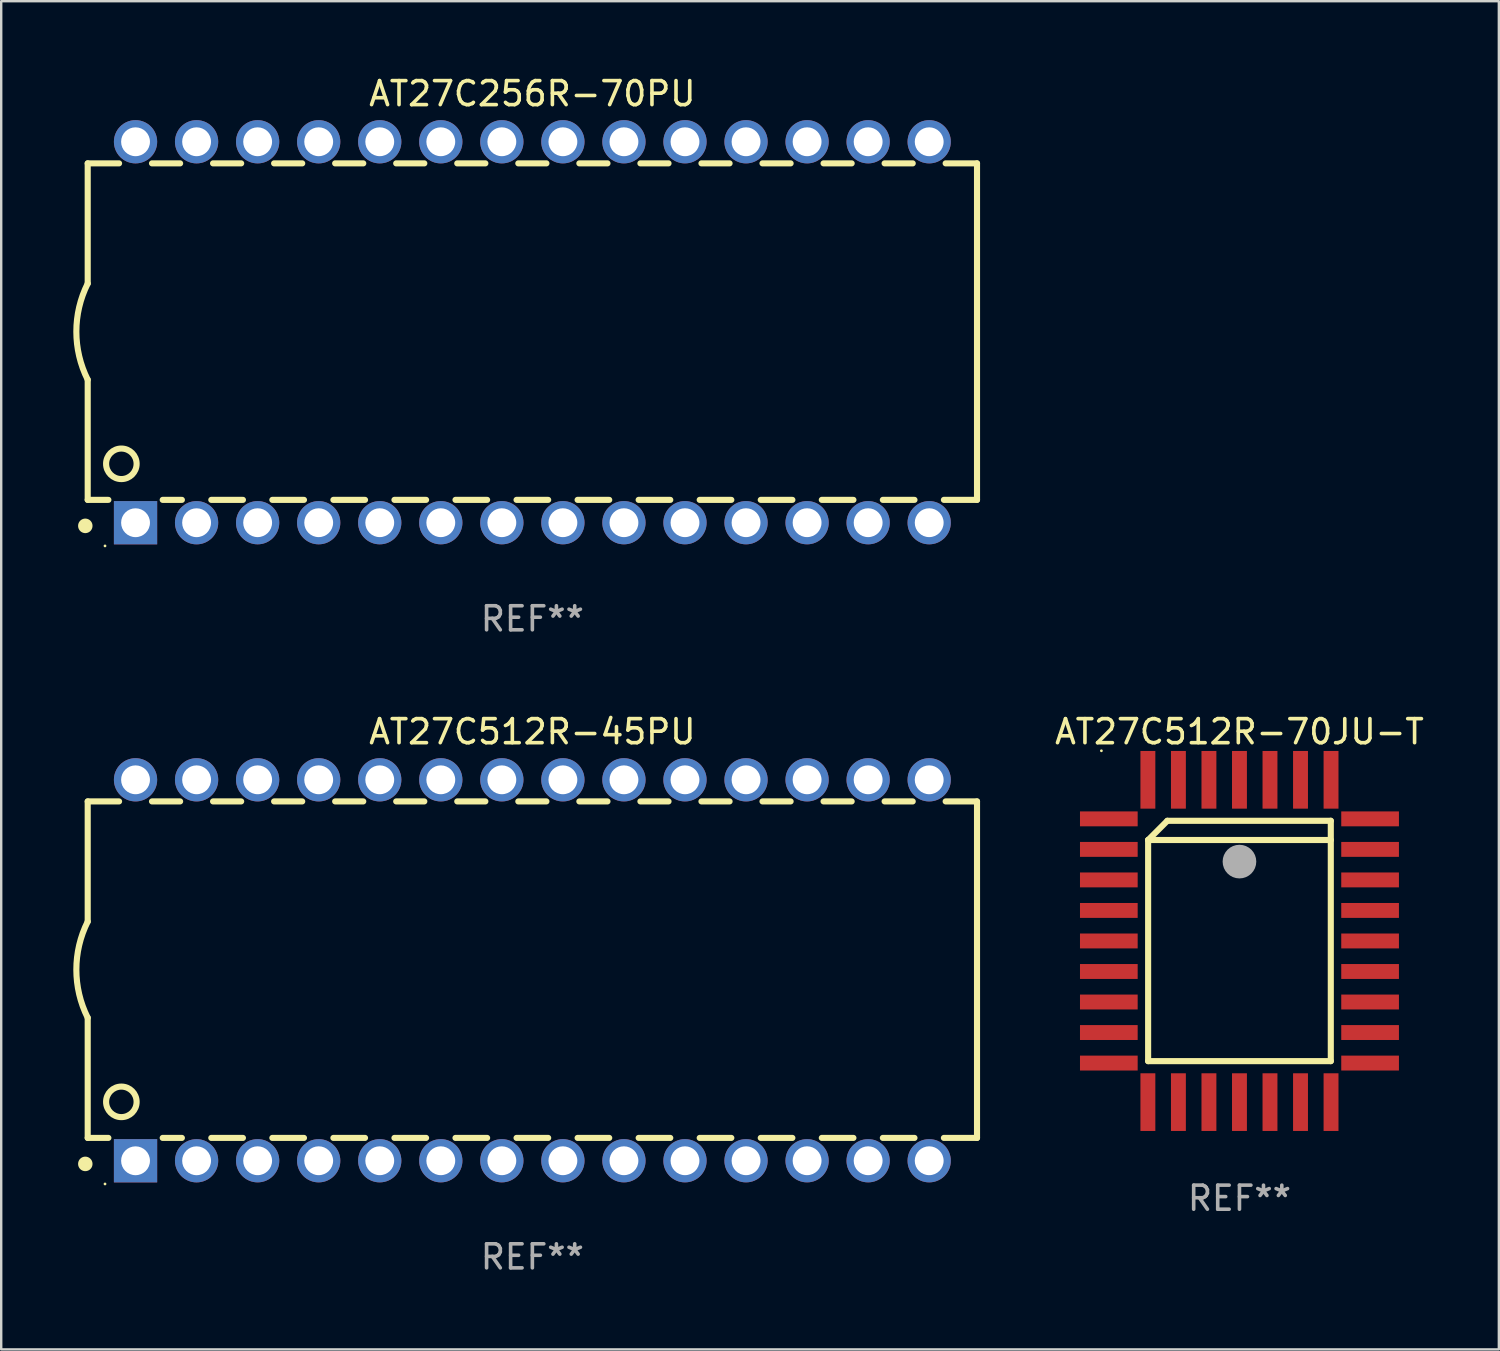
<source format=kicad_pcb>
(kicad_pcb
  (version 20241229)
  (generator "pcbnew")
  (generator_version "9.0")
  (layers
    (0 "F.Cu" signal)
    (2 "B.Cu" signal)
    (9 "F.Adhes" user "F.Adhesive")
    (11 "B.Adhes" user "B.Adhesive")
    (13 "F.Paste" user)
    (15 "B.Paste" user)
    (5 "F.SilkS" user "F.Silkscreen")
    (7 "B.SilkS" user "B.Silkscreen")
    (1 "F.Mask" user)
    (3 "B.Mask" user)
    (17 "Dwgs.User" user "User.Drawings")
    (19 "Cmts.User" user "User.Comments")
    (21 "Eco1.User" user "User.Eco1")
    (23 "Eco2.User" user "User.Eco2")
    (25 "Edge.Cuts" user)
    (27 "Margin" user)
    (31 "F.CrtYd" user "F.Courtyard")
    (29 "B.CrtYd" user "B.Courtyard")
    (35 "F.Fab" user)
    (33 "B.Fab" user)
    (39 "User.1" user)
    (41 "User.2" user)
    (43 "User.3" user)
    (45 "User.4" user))
  (footprint "AT27C256R-70PU"
    (layer "F.Cu")
    (at 19.099 10.773)
    (property "Reference" "AT27C256R-70PU" (at 0 -9.925 0) (layer "F.SilkS") (effects (font (size 1 1) (thickness 0.15))))
    (attr through_hole)
    (fp_line (start -18.5 -7.026) (end -18.5 -2.026) (stroke (width 0.254) (type solid)) (layer "F.SilkS"))
    (fp_line (start -18.5 1.974) (end -18.5 6.974) (stroke (width 0.254) (type solid)) (layer "F.SilkS"))
    (fp_line (start -17.64 6.974) (end -18.5 6.974) (stroke (width 0.254) (type solid)) (layer "F.SilkS"))
    (fp_line (start -17.195 -7.026) (end -18.5 -7.026) (stroke (width 0.254) (type solid)) (layer "F.SilkS"))
    (fp_line (start -14.655 -7.026) (end -15.825 -7.026) (stroke (width 0.254) (type solid)) (layer "F.SilkS"))
    (fp_line (start -14.582 6.974) (end -15.38 6.974) (stroke (width 0.254) (type solid)) (layer "F.SilkS"))
    (fp_line (start -12.115 -7.026) (end -13.285 -7.026) (stroke (width 0.254) (type solid)) (layer "F.SilkS"))
    (fp_line (start -12.042 6.974) (end -13.358 6.974) (stroke (width 0.254) (type solid)) (layer "F.SilkS"))
    (fp_line (start -9.575 -7.026) (end -10.745 -7.026) (stroke (width 0.254) (type solid)) (layer "F.SilkS"))
    (fp_line (start -9.502 6.974) (end -10.818 6.974) (stroke (width 0.254) (type solid)) (layer "F.SilkS"))
    (fp_line (start -7.035 -7.026) (end -8.205 -7.026) (stroke (width 0.254) (type solid)) (layer "F.SilkS"))
    (fp_line (start -6.962 6.974) (end -8.278 6.974) (stroke (width 0.254) (type solid)) (layer "F.SilkS"))
    (fp_line (start -4.495 -7.026) (end -5.665 -7.026) (stroke (width 0.254) (type solid)) (layer "F.SilkS"))
    (fp_line (start -4.422 6.974) (end -5.738 6.974) (stroke (width 0.254) (type solid)) (layer "F.SilkS"))
    (fp_line (start -1.955 -7.026) (end -3.125 -7.026) (stroke (width 0.254) (type solid)) (layer "F.SilkS"))
    (fp_line (start -1.882 6.974) (end -3.198 6.974) (stroke (width 0.254) (type solid)) (layer "F.SilkS"))
    (fp_line (start 0.585 -7.026) (end -0.585 -7.026) (stroke (width 0.254) (type solid)) (layer "F.SilkS"))
    (fp_line (start 0.658 6.974) (end -0.658 6.974) (stroke (width 0.254) (type solid)) (layer "F.SilkS"))
    (fp_line (start 3.125 -7.026) (end 1.955 -7.026) (stroke (width 0.254) (type solid)) (layer "F.SilkS"))
    (fp_line (start 3.198 6.974) (end 1.882 6.974) (stroke (width 0.254) (type solid)) (layer "F.SilkS"))
    (fp_line (start 5.665 -7.026) (end 4.495 -7.026) (stroke (width 0.254) (type solid)) (layer "F.SilkS"))
    (fp_line (start 5.738 6.974) (end 4.422 6.974) (stroke (width 0.254) (type solid)) (layer "F.SilkS"))
    (fp_line (start 8.205 -7.026) (end 7.035 -7.026) (stroke (width 0.254) (type solid)) (layer "F.SilkS"))
    (fp_line (start 8.278 6.974) (end 6.962 6.974) (stroke (width 0.254) (type solid)) (layer "F.SilkS"))
    (fp_line (start 10.745 -7.026) (end 9.575 -7.026) (stroke (width 0.254) (type solid)) (layer "F.SilkS"))
    (fp_line (start 10.818 6.974) (end 9.502 6.974) (stroke (width 0.254) (type solid)) (layer "F.SilkS"))
    (fp_line (start 13.285 -7.026) (end 12.115 -7.026) (stroke (width 0.254) (type solid)) (layer "F.SilkS"))
    (fp_line (start 13.358 6.974) (end 12.042 6.974) (stroke (width 0.254) (type solid)) (layer "F.SilkS"))
    (fp_line (start 15.825 -7.026) (end 14.655 -7.026) (stroke (width 0.254) (type solid)) (layer "F.SilkS"))
    (fp_line (start 15.898 6.974) (end 14.582 6.974) (stroke (width 0.254) (type solid)) (layer "F.SilkS"))
    (fp_line (start 18.5 -7.026) (end 17.195 -7.026) (stroke (width 0.254) (type solid)) (layer "F.SilkS"))
    (fp_line (start 18.5 6.974) (end 17.122 6.974) (stroke (width 0.254) (type solid)) (layer "F.SilkS"))
    (fp_line (start 18.5 6.974) (end 18.5 -7.026) (stroke (width 0.254) (type solid)) (layer "F.SilkS"))
    (fp_arc (start -18.599924 8.057734) (mid -18.599935 8.055207) (end -18.599924 8.052679) (stroke (width 0.6) (type solid)) (layer "F.SilkS"))
    (fp_arc (start -18.500051 1.974346) (mid -18.972187 -0.025654) (end -18.500051 -2.025654) (stroke (width 0.254001) (type solid)) (layer "F.SilkS"))
    (fp_circle (center -17.78 8.89) (end -17.75 8.89) (stroke (width 0.06) (type solid)) (fill no) (layer "F.SilkS"))
    (fp_circle (center -17.1 5.474) (end -16.465 5.474) (stroke (width 0.254) (type solid)) (fill no) (layer "F.SilkS"))
    (fp_text user "REF**" (at 0 11.925 0) (layer "F.Fab") (effects (font (size 1 1) (thickness 0.15))))
    (pad "1" thru_hole rect (at -16.51 7.925) (size 1.8 1.8) (drill 1.2) (layers "*.Cu" "*.Mask"))
    (pad "2" thru_hole circle (at -13.97 7.925) (size 1.8 1.8) (drill 1.2) (layers "*.Cu" "*.Mask"))
    (pad "3" thru_hole circle (at -11.43 7.924) (size 1.8 1.8) (drill 1.2) (layers "*.Cu" "*.Mask"))
    (pad "4" thru_hole circle (at -8.89 7.924) (size 1.8 1.8) (drill 1.2) (layers "*.Cu" "*.Mask"))
    (pad "5" thru_hole circle (at -6.35 7.924) (size 1.8 1.8) (drill 1.2) (layers "*.Cu" "*.Mask"))
    (pad "6" thru_hole circle (at -3.81 7.924) (size 1.8 1.8) (drill 1.2) (layers "*.Cu" "*.Mask"))
    (pad "7" thru_hole circle (at -1.27 7.924) (size 1.8 1.8) (drill 1.2) (layers "*.Cu" "*.Mask"))
    (pad "8" thru_hole circle (at 1.27 7.924) (size 1.8 1.8) (drill 1.2) (layers "*.Cu" "*.Mask"))
    (pad "9" thru_hole circle (at 3.81 7.924) (size 1.8 1.8) (drill 1.2) (layers "*.Cu" "*.Mask"))
    (pad "10" thru_hole circle (at 6.35 7.924) (size 1.8 1.8) (drill 1.2) (layers "*.Cu" "*.Mask"))
    (pad "11" thru_hole circle (at 8.89 7.924) (size 1.8 1.8) (drill 1.2) (layers "*.Cu" "*.Mask"))
    (pad "12" thru_hole circle (at 11.43 7.924) (size 1.8 1.8) (drill 1.2) (layers "*.Cu" "*.Mask"))
    (pad "13" thru_hole circle (at 13.97 7.924) (size 1.8 1.8) (drill 1.2) (layers "*.Cu" "*.Mask"))
    (pad "14" thru_hole circle (at 16.51 7.924) (size 1.8 1.8) (drill 1.2) (layers "*.Cu" "*.Mask"))
    (pad "15" thru_hole circle (at 16.51 -7.925) (size 1.8 1.8) (drill 1.2) (layers "*.Cu" "*.Mask"))
    (pad "16" thru_hole circle (at 13.97 -7.925) (size 1.8 1.8) (drill 1.2) (layers "*.Cu" "*.Mask"))
    (pad "17" thru_hole circle (at 11.43 -7.925) (size 1.8 1.8) (drill 1.2) (layers "*.Cu" "*.Mask"))
    (pad "18" thru_hole circle (at 8.89 -7.925) (size 1.8 1.8) (drill 1.2) (layers "*.Cu" "*.Mask"))
    (pad "19" thru_hole circle (at 6.35 -7.925) (size 1.8 1.8) (drill 1.2) (layers "*.Cu" "*.Mask"))
    (pad "20" thru_hole circle (at 3.81 -7.925) (size 1.8 1.8) (drill 1.2) (layers "*.Cu" "*.Mask"))
    (pad "21" thru_hole circle (at 1.27 -7.925) (size 1.8 1.8) (drill 1.2) (layers "*.Cu" "*.Mask"))
    (pad "22" thru_hole circle (at -1.27 -7.925) (size 1.8 1.8) (drill 1.2) (layers "*.Cu" "*.Mask"))
    (pad "23" thru_hole circle (at -3.81 -7.925) (size 1.8 1.8) (drill 1.2) (layers "*.Cu" "*.Mask"))
    (pad "24" thru_hole circle (at -6.35 -7.925) (size 1.8 1.8) (drill 1.2) (layers "*.Cu" "*.Mask"))
    (pad "25" thru_hole circle (at -8.89 -7.925) (size 1.8 1.8) (drill 1.2) (layers "*.Cu" "*.Mask"))
    (pad "26" thru_hole circle (at -11.43 -7.925) (size 1.8 1.8) (drill 1.2) (layers "*.Cu" "*.Mask"))
    (pad "27" thru_hole circle (at -13.97 -7.925) (size 1.8 1.8) (drill 1.2) (layers "*.Cu" "*.Mask"))
    (pad "28" thru_hole circle (at -16.51 -7.925) (size 1.8 1.8) (drill 1.2) (layers "*.Cu" "*.Mask")))
  (footprint "AT27C512R-70JU-T"
    (layer "F.Cu")
    (at 48.518 36.099)
    (property "Reference" "AT27C512R-70JU-T" (at 0 -8.705 0) (layer "F.SilkS") (effects (font (size 1 1) (thickness 0.15))))
    (attr through_hole)
    (fp_line (start -3.8 -4.2) (end -3 -5) (stroke (width 0.254) (type solid)) (layer "F.SilkS"))
    (fp_line (start -3.8 -4.2) (end 3.8 -4.2) (stroke (width 0.254) (type solid)) (layer "F.SilkS"))
    (fp_line (start -3.8 5) (end -3.8 -4.2) (stroke (width 0.254) (type solid)) (layer "F.SilkS"))
    (fp_line (start -3 -5) (end 3.8 -5) (stroke (width 0.254) (type solid)) (layer "F.SilkS"))
    (fp_line (start 3.8 -5) (end 3.8 5) (stroke (width 0.254) (type solid)) (layer "F.SilkS"))
    (fp_line (start 3.8 5) (end -3.8 5) (stroke (width 0.254) (type solid)) (layer "F.SilkS"))
    (fp_arc (start 0.299721 -3.294387) (mid 0.29971 -3.296927) (end 0.299721 -3.299467) (stroke (width 0.6) (type solid)) (layer "F.SilkS"))
    (fp_circle (center -5.744 -7.913) (end -5.714 -7.913) (stroke (width 0.06) (type solid)) (fill no) (layer "F.SilkS"))
    (fp_circle (center 0 -3.302) (end 0.35 -3.302) (stroke (width 0.7) (type solid)) (fill no) (layer "F.Fab"))
    (fp_text user "REF**" (at 0 10.705 0) (layer "F.Fab") (effects (font (size 1 1) (thickness 0.15))))
    (pad "1" smd rect (at 0 -6.705 180) (size 0.62 2.4) (layers "F.Cu" "F.Mask" "F.Paste"))
    (pad "2" smd rect (at -1.27 -6.705 180) (size 0.62 2.4) (layers "F.Cu" "F.Mask" "F.Paste"))
    (pad "3" smd rect (at -2.54 -6.705 180) (size 0.62 2.4) (layers "F.Cu" "F.Mask" "F.Paste"))
    (pad "4" smd rect (at -3.81 -6.705 180) (size 0.62 2.4) (layers "F.Cu" "F.Mask" "F.Paste"))
    (pad "5" smd rect (at -5.435 -5.08 270) (size 0.62 2.4) (layers "F.Cu" "F.Mask" "F.Paste"))
    (pad "6" smd rect (at -5.435 -3.81 270) (size 0.62 2.4) (layers "F.Cu" "F.Mask" "F.Paste"))
    (pad "7" smd rect (at -5.435 -2.54 270) (size 0.62 2.4) (layers "F.Cu" "F.Mask" "F.Paste"))
    (pad "8" smd rect (at -5.435 -1.27 270) (size 0.62 2.4) (layers "F.Cu" "F.Mask" "F.Paste"))
    (pad "9" smd rect (at -5.435 0 270) (size 0.62 2.4) (layers "F.Cu" "F.Mask" "F.Paste"))
    (pad "10" smd rect (at -5.435 1.27 270) (size 0.62 2.4) (layers "F.Cu" "F.Mask" "F.Paste"))
    (pad "11" smd rect (at -5.435 2.54 270) (size 0.62 2.4) (layers "F.Cu" "F.Mask" "F.Paste"))
    (pad "12" smd rect (at -5.435 3.81 270) (size 0.62 2.4) (layers "F.Cu" "F.Mask" "F.Paste"))
    (pad "13" smd rect (at -5.435 5.08 270) (size 0.62 2.4) (layers "F.Cu" "F.Mask" "F.Paste"))
    (pad "14" smd rect (at -3.81 6.705) (size 0.62 2.4) (layers "F.Cu" "F.Mask" "F.Paste"))
    (pad "15" smd rect (at -2.54 6.705) (size 0.62 2.4) (layers "F.Cu" "F.Mask" "F.Paste"))
    (pad "16" smd rect (at -1.27 6.705) (size 0.62 2.4) (layers "F.Cu" "F.Mask" "F.Paste"))
    (pad "17" smd rect (at 0 6.705) (size 0.62 2.4) (layers "F.Cu" "F.Mask" "F.Paste"))
    (pad "18" smd rect (at 1.27 6.705) (size 0.62 2.4) (layers "F.Cu" "F.Mask" "F.Paste"))
    (pad "19" smd rect (at 2.54 6.705) (size 0.62 2.4) (layers "F.Cu" "F.Mask" "F.Paste"))
    (pad "20" smd rect (at 3.81 6.705) (size 0.62 2.4) (layers "F.Cu" "F.Mask" "F.Paste"))
    (pad "21" smd rect (at 5.435 5.08 90) (size 0.62 2.4) (layers "F.Cu" "F.Mask" "F.Paste"))
    (pad "22" smd rect (at 5.435 3.81 90) (size 0.62 2.4) (layers "F.Cu" "F.Mask" "F.Paste"))
    (pad "23" smd rect (at 5.435 2.54 90) (size 0.62 2.4) (layers "F.Cu" "F.Mask" "F.Paste"))
    (pad "24" smd rect (at 5.435 1.27 90) (size 0.62 2.4) (layers "F.Cu" "F.Mask" "F.Paste"))
    (pad "25" smd rect (at 5.435 0 90) (size 0.62 2.4) (layers "F.Cu" "F.Mask" "F.Paste"))
    (pad "26" smd rect (at 5.435 -1.27 90) (size 0.62 2.4) (layers "F.Cu" "F.Mask" "F.Paste"))
    (pad "27" smd rect (at 5.435 -2.54 90) (size 0.62 2.4) (layers "F.Cu" "F.Mask" "F.Paste"))
    (pad "28" smd rect (at 5.435 -3.81 90) (size 0.62 2.4) (layers "F.Cu" "F.Mask" "F.Paste"))
    (pad "29" smd rect (at 5.435 -5.08 90) (size 0.62 2.4) (layers "F.Cu" "F.Mask" "F.Paste"))
    (pad "30" smd rect (at 3.81 -6.705) (size 0.62 2.4) (layers "F.Cu" "F.Mask" "F.Paste"))
    (pad "31" smd rect (at 2.54 -6.705) (size 0.62 2.4) (layers "F.Cu" "F.Mask" "F.Paste"))
    (pad "32" smd rect (at 1.27 -6.705) (size 0.62 2.4) (layers "F.Cu" "F.Mask" "F.Paste")))
  (footprint "AT27C512R-45PU"
    (layer "F.Cu")
    (at 19.099 37.319)
    (property "Reference" "AT27C512R-45PU" (at 0 -9.925 0) (layer "F.SilkS") (effects (font (size 1 1) (thickness 0.15))))
    (attr through_hole)
    (fp_line (start -18.5 -7.026) (end -18.5 -2.026) (stroke (width 0.254) (type solid)) (layer "F.SilkS"))
    (fp_line (start -18.5 1.974) (end -18.5 6.974) (stroke (width 0.254) (type solid)) (layer "F.SilkS"))
    (fp_line (start -17.64 6.974) (end -18.5 6.974) (stroke (width 0.254) (type solid)) (layer "F.SilkS"))
    (fp_line (start -17.195 -7.026) (end -18.5 -7.026) (stroke (width 0.254) (type solid)) (layer "F.SilkS"))
    (fp_line (start -14.655 -7.026) (end -15.825 -7.026) (stroke (width 0.254) (type solid)) (layer "F.SilkS"))
    (fp_line (start -14.582 6.974) (end -15.38 6.974) (stroke (width 0.254) (type solid)) (layer "F.SilkS"))
    (fp_line (start -12.115 -7.026) (end -13.285 -7.026) (stroke (width 0.254) (type solid)) (layer "F.SilkS"))
    (fp_line (start -12.042 6.974) (end -13.358 6.974) (stroke (width 0.254) (type solid)) (layer "F.SilkS"))
    (fp_line (start -9.575 -7.026) (end -10.745 -7.026) (stroke (width 0.254) (type solid)) (layer "F.SilkS"))
    (fp_line (start -9.502 6.974) (end -10.818 6.974) (stroke (width 0.254) (type solid)) (layer "F.SilkS"))
    (fp_line (start -7.035 -7.026) (end -8.205 -7.026) (stroke (width 0.254) (type solid)) (layer "F.SilkS"))
    (fp_line (start -6.962 6.974) (end -8.278 6.974) (stroke (width 0.254) (type solid)) (layer "F.SilkS"))
    (fp_line (start -4.495 -7.026) (end -5.665 -7.026) (stroke (width 0.254) (type solid)) (layer "F.SilkS"))
    (fp_line (start -4.422 6.974) (end -5.738 6.974) (stroke (width 0.254) (type solid)) (layer "F.SilkS"))
    (fp_line (start -1.955 -7.026) (end -3.125 -7.026) (stroke (width 0.254) (type solid)) (layer "F.SilkS"))
    (fp_line (start -1.882 6.974) (end -3.198 6.974) (stroke (width 0.254) (type solid)) (layer "F.SilkS"))
    (fp_line (start 0.585 -7.026) (end -0.585 -7.026) (stroke (width 0.254) (type solid)) (layer "F.SilkS"))
    (fp_line (start 0.658 6.974) (end -0.658 6.974) (stroke (width 0.254) (type solid)) (layer "F.SilkS"))
    (fp_line (start 3.125 -7.026) (end 1.955 -7.026) (stroke (width 0.254) (type solid)) (layer "F.SilkS"))
    (fp_line (start 3.198 6.974) (end 1.882 6.974) (stroke (width 0.254) (type solid)) (layer "F.SilkS"))
    (fp_line (start 5.665 -7.026) (end 4.495 -7.026) (stroke (width 0.254) (type solid)) (layer "F.SilkS"))
    (fp_line (start 5.738 6.974) (end 4.422 6.974) (stroke (width 0.254) (type solid)) (layer "F.SilkS"))
    (fp_line (start 8.205 -7.026) (end 7.035 -7.026) (stroke (width 0.254) (type solid)) (layer "F.SilkS"))
    (fp_line (start 8.278 6.974) (end 6.962 6.974) (stroke (width 0.254) (type solid)) (layer "F.SilkS"))
    (fp_line (start 10.745 -7.026) (end 9.575 -7.026) (stroke (width 0.254) (type solid)) (layer "F.SilkS"))
    (fp_line (start 10.818 6.974) (end 9.502 6.974) (stroke (width 0.254) (type solid)) (layer "F.SilkS"))
    (fp_line (start 13.285 -7.026) (end 12.115 -7.026) (stroke (width 0.254) (type solid)) (layer "F.SilkS"))
    (fp_line (start 13.358 6.974) (end 12.042 6.974) (stroke (width 0.254) (type solid)) (layer "F.SilkS"))
    (fp_line (start 15.825 -7.026) (end 14.655 -7.026) (stroke (width 0.254) (type solid)) (layer "F.SilkS"))
    (fp_line (start 15.898 6.974) (end 14.582 6.974) (stroke (width 0.254) (type solid)) (layer "F.SilkS"))
    (fp_line (start 18.5 -7.026) (end 17.195 -7.026) (stroke (width 0.254) (type solid)) (layer "F.SilkS"))
    (fp_line (start 18.5 6.974) (end 17.122 6.974) (stroke (width 0.254) (type solid)) (layer "F.SilkS"))
    (fp_line (start 18.5 6.974) (end 18.5 -7.026) (stroke (width 0.254) (type solid)) (layer "F.SilkS"))
    (fp_arc (start -18.599924 8.057734) (mid -18.599935 8.055207) (end -18.599924 8.052679) (stroke (width 0.6) (type solid)) (layer "F.SilkS"))
    (fp_arc (start -18.500051 1.974346) (mid -18.972187 -0.025654) (end -18.500051 -2.025654) (stroke (width 0.254001) (type solid)) (layer "F.SilkS"))
    (fp_circle (center -17.78 8.89) (end -17.75 8.89) (stroke (width 0.06) (type solid)) (fill no) (layer "F.SilkS"))
    (fp_circle (center -17.1 5.474) (end -16.465 5.474) (stroke (width 0.254) (type solid)) (fill no) (layer "F.SilkS"))
    (fp_text user "REF**" (at 0 11.925 0) (layer "F.Fab") (effects (font (size 1 1) (thickness 0.15))))
    (pad "1" thru_hole rect (at -16.51 7.925) (size 1.8 1.8) (drill 1.2) (layers "*.Cu" "*.Mask"))
    (pad "2" thru_hole circle (at -13.97 7.925) (size 1.8 1.8) (drill 1.2) (layers "*.Cu" "*.Mask"))
    (pad "3" thru_hole circle (at -11.43 7.924) (size 1.8 1.8) (drill 1.2) (layers "*.Cu" "*.Mask"))
    (pad "4" thru_hole circle (at -8.89 7.924) (size 1.8 1.8) (drill 1.2) (layers "*.Cu" "*.Mask"))
    (pad "5" thru_hole circle (at -6.35 7.924) (size 1.8 1.8) (drill 1.2) (layers "*.Cu" "*.Mask"))
    (pad "6" thru_hole circle (at -3.81 7.924) (size 1.8 1.8) (drill 1.2) (layers "*.Cu" "*.Mask"))
    (pad "7" thru_hole circle (at -1.27 7.924) (size 1.8 1.8) (drill 1.2) (layers "*.Cu" "*.Mask"))
    (pad "8" thru_hole circle (at 1.27 7.924) (size 1.8 1.8) (drill 1.2) (layers "*.Cu" "*.Mask"))
    (pad "9" thru_hole circle (at 3.81 7.924) (size 1.8 1.8) (drill 1.2) (layers "*.Cu" "*.Mask"))
    (pad "10" thru_hole circle (at 6.35 7.924) (size 1.8 1.8) (drill 1.2) (layers "*.Cu" "*.Mask"))
    (pad "11" thru_hole circle (at 8.89 7.924) (size 1.8 1.8) (drill 1.2) (layers "*.Cu" "*.Mask"))
    (pad "12" thru_hole circle (at 11.43 7.924) (size 1.8 1.8) (drill 1.2) (layers "*.Cu" "*.Mask"))
    (pad "13" thru_hole circle (at 13.97 7.924) (size 1.8 1.8) (drill 1.2) (layers "*.Cu" "*.Mask"))
    (pad "14" thru_hole circle (at 16.51 7.924) (size 1.8 1.8) (drill 1.2) (layers "*.Cu" "*.Mask"))
    (pad "15" thru_hole circle (at 16.51 -7.925) (size 1.8 1.8) (drill 1.2) (layers "*.Cu" "*.Mask"))
    (pad "16" thru_hole circle (at 13.97 -7.925) (size 1.8 1.8) (drill 1.2) (layers "*.Cu" "*.Mask"))
    (pad "17" thru_hole circle (at 11.43 -7.925) (size 1.8 1.8) (drill 1.2) (layers "*.Cu" "*.Mask"))
    (pad "18" thru_hole circle (at 8.89 -7.925) (size 1.8 1.8) (drill 1.2) (layers "*.Cu" "*.Mask"))
    (pad "19" thru_hole circle (at 6.35 -7.925) (size 1.8 1.8) (drill 1.2) (layers "*.Cu" "*.Mask"))
    (pad "20" thru_hole circle (at 3.81 -7.925) (size 1.8 1.8) (drill 1.2) (layers "*.Cu" "*.Mask"))
    (pad "21" thru_hole circle (at 1.27 -7.925) (size 1.8 1.8) (drill 1.2) (layers "*.Cu" "*.Mask"))
    (pad "22" thru_hole circle (at -1.27 -7.925) (size 1.8 1.8) (drill 1.2) (layers "*.Cu" "*.Mask"))
    (pad "23" thru_hole circle (at -3.81 -7.925) (size 1.8 1.8) (drill 1.2) (layers "*.Cu" "*.Mask"))
    (pad "24" thru_hole circle (at -6.35 -7.925) (size 1.8 1.8) (drill 1.2) (layers "*.Cu" "*.Mask"))
    (pad "25" thru_hole circle (at -8.89 -7.925) (size 1.8 1.8) (drill 1.2) (layers "*.Cu" "*.Mask"))
    (pad "26" thru_hole circle (at -11.43 -7.925) (size 1.8 1.8) (drill 1.2) (layers "*.Cu" "*.Mask"))
    (pad "27" thru_hole circle (at -13.97 -7.925) (size 1.8 1.8) (drill 1.2) (layers "*.Cu" "*.Mask"))
    (pad "28" thru_hole circle (at -16.51 -7.925) (size 1.8 1.8) (drill 1.2) (layers "*.Cu" "*.Mask")))
  (gr_rect
    (start -3 -3)
    (end 59.31 53.092)
    (stroke (width 0.1) (type default))
    (fill no)
    (layer "Edge.Cuts")))
</source>
